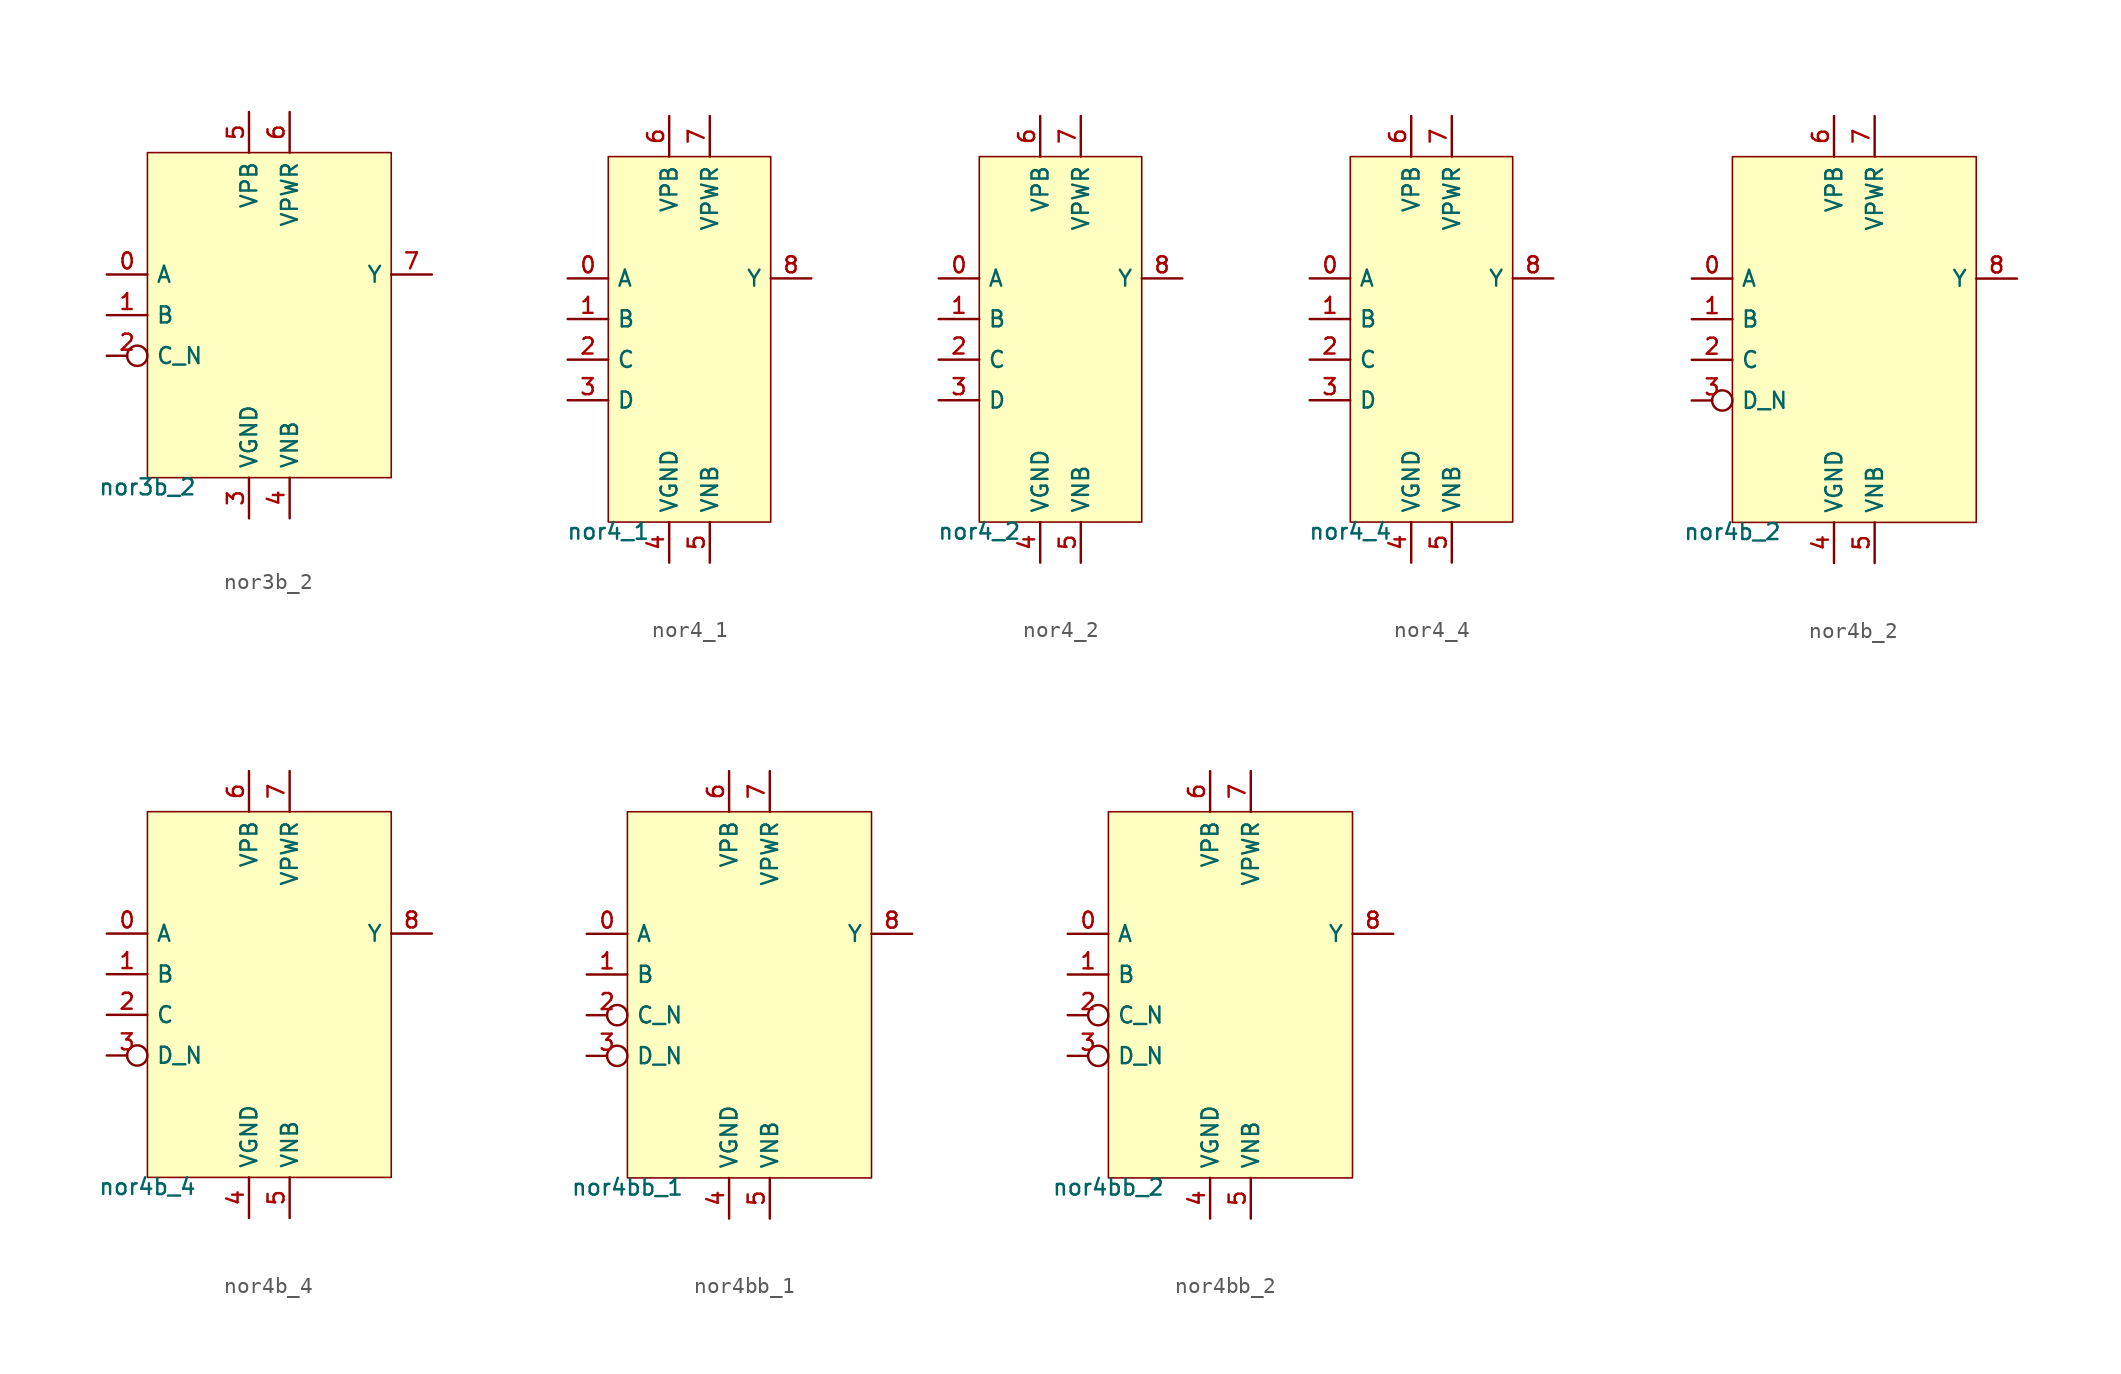
<source format=kicad_sym>
(kicad_symbol_lib
  (version 20211014)
  (generator pdk2kicad)
  (symbol "nor3b_2"
    (property "Reference" "X"
      (at 0 0 0)
      (effects (font (size 1 1)) hide))
    (property "Value" "nor3b_2"
      (at -7.62 -10.16 0)
      (effects (font (size 1 1)) (justify top)))
    (rectangle
      (start -7.62 -10.16)
      (end 7.62 10.16)
      (stroke (width 0.1) (type solid) (color 0 0 0 0))
      (fill (type background)))
    (pin input line
      (at -10.16 2.54 0)
      (length 2.54)
      (name "A" (effects (font (size 1 1)) hide))
      (number "0" (effects (font (size 1 1)) hide)))
    (pin input line
      (at -10.16 0.0 0)
      (length 2.54)
      (name "B" (effects (font (size 1 1)) hide))
      (number "1" (effects (font (size 1 1)) hide)))
    (pin input inverted
      (at -10.16 -2.54 0)
      (length 2.54)
      (name "C_N" (effects (font (size 1 1)) hide))
      (number "2" (effects (font (size 1 1)) hide)))
    (pin power_in line
      (at -1.27 -12.7 90)
      (length 2.54)
      (name "VGND" (effects (font (size 1 1)) hide))
      (number "3" (effects (font (size 1 1)) hide)))
    (pin power_in line
      (at 1.27 -12.7 90)
      (length 2.54)
      (name "VNB" (effects (font (size 1 1)) hide))
      (number "4" (effects (font (size 1 1)) hide)))
    (pin power_in line
      (at -1.27 12.7 270)
      (length 2.54)
      (name "VPB" (effects (font (size 1 1)) hide))
      (number "5" (effects (font (size 1 1)) hide)))
    (pin power_in line
      (at 1.27 12.7 270)
      (length 2.54)
      (name "VPWR" (effects (font (size 1 1)) hide))
      (number "6" (effects (font (size 1 1)) hide)))
    (pin output line
      (at 10.16 2.54 180)
      (length 2.54)
      (name "Y" (effects (font (size 1 1)) hide))
      (number "7" (effects (font (size 1 1)) hide))))
  (symbol "nor4_1"
    (property "Reference" "X"
      (at 0 0 0)
      (effects (font (size 1 1)) hide))
    (property "Value" "nor4_1"
      (at -5.08 -11.43 0)
      (effects (font (size 1 1)) (justify top)))
    (rectangle
      (start -5.08 -11.43)
      (end 5.08 11.43)
      (stroke (width 0.1) (type solid) (color 0 0 0 0))
      (fill (type background)))
    (pin input line
      (at -7.62 3.81 0)
      (length 2.54)
      (name "A" (effects (font (size 1 1)) hide))
      (number "0" (effects (font (size 1 1)) hide)))
    (pin input line
      (at -7.62 1.27 0)
      (length 2.54)
      (name "B" (effects (font (size 1 1)) hide))
      (number "1" (effects (font (size 1 1)) hide)))
    (pin input line
      (at -7.62 -1.27 0)
      (length 2.54)
      (name "C" (effects (font (size 1 1)) hide))
      (number "2" (effects (font (size 1 1)) hide)))
    (pin input line
      (at -7.62 -3.81 0)
      (length 2.54)
      (name "D" (effects (font (size 1 1)) hide))
      (number "3" (effects (font (size 1 1)) hide)))
    (pin power_in line
      (at -1.27 -13.97 90)
      (length 2.54)
      (name "VGND" (effects (font (size 1 1)) hide))
      (number "4" (effects (font (size 1 1)) hide)))
    (pin power_in line
      (at 1.27 -13.97 90)
      (length 2.54)
      (name "VNB" (effects (font (size 1 1)) hide))
      (number "5" (effects (font (size 1 1)) hide)))
    (pin power_in line
      (at -1.27 13.97 270)
      (length 2.54)
      (name "VPB" (effects (font (size 1 1)) hide))
      (number "6" (effects (font (size 1 1)) hide)))
    (pin power_in line
      (at 1.27 13.97 270)
      (length 2.54)
      (name "VPWR" (effects (font (size 1 1)) hide))
      (number "7" (effects (font (size 1 1)) hide)))
    (pin output line
      (at 7.62 3.81 180)
      (length 2.54)
      (name "Y" (effects (font (size 1 1)) hide))
      (number "8" (effects (font (size 1 1)) hide))))
  (symbol "nor4_2"
    (property "Reference" "X"
      (at 0 0 0)
      (effects (font (size 1 1)) hide))
    (property "Value" "nor4_2"
      (at -5.08 -11.43 0)
      (effects (font (size 1 1)) (justify top)))
    (rectangle
      (start -5.08 -11.43)
      (end 5.08 11.43)
      (stroke (width 0.1) (type solid) (color 0 0 0 0))
      (fill (type background)))
    (pin input line
      (at -7.62 3.81 0)
      (length 2.54)
      (name "A" (effects (font (size 1 1)) hide))
      (number "0" (effects (font (size 1 1)) hide)))
    (pin input line
      (at -7.62 1.27 0)
      (length 2.54)
      (name "B" (effects (font (size 1 1)) hide))
      (number "1" (effects (font (size 1 1)) hide)))
    (pin input line
      (at -7.62 -1.27 0)
      (length 2.54)
      (name "C" (effects (font (size 1 1)) hide))
      (number "2" (effects (font (size 1 1)) hide)))
    (pin input line
      (at -7.62 -3.81 0)
      (length 2.54)
      (name "D" (effects (font (size 1 1)) hide))
      (number "3" (effects (font (size 1 1)) hide)))
    (pin power_in line
      (at -1.27 -13.97 90)
      (length 2.54)
      (name "VGND" (effects (font (size 1 1)) hide))
      (number "4" (effects (font (size 1 1)) hide)))
    (pin power_in line
      (at 1.27 -13.97 90)
      (length 2.54)
      (name "VNB" (effects (font (size 1 1)) hide))
      (number "5" (effects (font (size 1 1)) hide)))
    (pin power_in line
      (at -1.27 13.97 270)
      (length 2.54)
      (name "VPB" (effects (font (size 1 1)) hide))
      (number "6" (effects (font (size 1 1)) hide)))
    (pin power_in line
      (at 1.27 13.97 270)
      (length 2.54)
      (name "VPWR" (effects (font (size 1 1)) hide))
      (number "7" (effects (font (size 1 1)) hide)))
    (pin output line
      (at 7.62 3.81 180)
      (length 2.54)
      (name "Y" (effects (font (size 1 1)) hide))
      (number "8" (effects (font (size 1 1)) hide))))
  (symbol "nor4_4"
    (property "Reference" "X"
      (at 0 0 0)
      (effects (font (size 1 1)) hide))
    (property "Value" "nor4_4"
      (at -5.08 -11.43 0)
      (effects (font (size 1 1)) (justify top)))
    (rectangle
      (start -5.08 -11.43)
      (end 5.08 11.43)
      (stroke (width 0.1) (type solid) (color 0 0 0 0))
      (fill (type background)))
    (pin input line
      (at -7.62 3.81 0)
      (length 2.54)
      (name "A" (effects (font (size 1 1)) hide))
      (number "0" (effects (font (size 1 1)) hide)))
    (pin input line
      (at -7.62 1.27 0)
      (length 2.54)
      (name "B" (effects (font (size 1 1)) hide))
      (number "1" (effects (font (size 1 1)) hide)))
    (pin input line
      (at -7.62 -1.27 0)
      (length 2.54)
      (name "C" (effects (font (size 1 1)) hide))
      (number "2" (effects (font (size 1 1)) hide)))
    (pin input line
      (at -7.62 -3.81 0)
      (length 2.54)
      (name "D" (effects (font (size 1 1)) hide))
      (number "3" (effects (font (size 1 1)) hide)))
    (pin power_in line
      (at -1.27 -13.97 90)
      (length 2.54)
      (name "VGND" (effects (font (size 1 1)) hide))
      (number "4" (effects (font (size 1 1)) hide)))
    (pin power_in line
      (at 1.27 -13.97 90)
      (length 2.54)
      (name "VNB" (effects (font (size 1 1)) hide))
      (number "5" (effects (font (size 1 1)) hide)))
    (pin power_in line
      (at -1.27 13.97 270)
      (length 2.54)
      (name "VPB" (effects (font (size 1 1)) hide))
      (number "6" (effects (font (size 1 1)) hide)))
    (pin power_in line
      (at 1.27 13.97 270)
      (length 2.54)
      (name "VPWR" (effects (font (size 1 1)) hide))
      (number "7" (effects (font (size 1 1)) hide)))
    (pin output line
      (at 7.62 3.81 180)
      (length 2.54)
      (name "Y" (effects (font (size 1 1)) hide))
      (number "8" (effects (font (size 1 1)) hide))))
  (symbol "nor4b_2"
    (property "Reference" "X"
      (at 0 0 0)
      (effects (font (size 1 1)) hide))
    (property "Value" "nor4b_2"
      (at -7.62 -11.43 0)
      (effects (font (size 1 1)) (justify top)))
    (rectangle
      (start -7.62 -11.43)
      (end 7.62 11.43)
      (stroke (width 0.1) (type solid) (color 0 0 0 0))
      (fill (type background)))
    (pin input line
      (at -10.16 3.81 0)
      (length 2.54)
      (name "A" (effects (font (size 1 1)) hide))
      (number "0" (effects (font (size 1 1)) hide)))
    (pin input line
      (at -10.16 1.27 0)
      (length 2.54)
      (name "B" (effects (font (size 1 1)) hide))
      (number "1" (effects (font (size 1 1)) hide)))
    (pin input line
      (at -10.16 -1.27 0)
      (length 2.54)
      (name "C" (effects (font (size 1 1)) hide))
      (number "2" (effects (font (size 1 1)) hide)))
    (pin input inverted
      (at -10.16 -3.81 0)
      (length 2.54)
      (name "D_N" (effects (font (size 1 1)) hide))
      (number "3" (effects (font (size 1 1)) hide)))
    (pin power_in line
      (at -1.27 -13.97 90)
      (length 2.54)
      (name "VGND" (effects (font (size 1 1)) hide))
      (number "4" (effects (font (size 1 1)) hide)))
    (pin power_in line
      (at 1.27 -13.97 90)
      (length 2.54)
      (name "VNB" (effects (font (size 1 1)) hide))
      (number "5" (effects (font (size 1 1)) hide)))
    (pin power_in line
      (at -1.27 13.97 270)
      (length 2.54)
      (name "VPB" (effects (font (size 1 1)) hide))
      (number "6" (effects (font (size 1 1)) hide)))
    (pin power_in line
      (at 1.27 13.97 270)
      (length 2.54)
      (name "VPWR" (effects (font (size 1 1)) hide))
      (number "7" (effects (font (size 1 1)) hide)))
    (pin output line
      (at 10.16 3.81 180)
      (length 2.54)
      (name "Y" (effects (font (size 1 1)) hide))
      (number "8" (effects (font (size 1 1)) hide))))
  (symbol "nor4b_4"
    (property "Reference" "X"
      (at 0 0 0)
      (effects (font (size 1 1)) hide))
    (property "Value" "nor4b_4"
      (at -7.62 -11.43 0)
      (effects (font (size 1 1)) (justify top)))
    (rectangle
      (start -7.62 -11.43)
      (end 7.62 11.43)
      (stroke (width 0.1) (type solid) (color 0 0 0 0))
      (fill (type background)))
    (pin input line
      (at -10.16 3.81 0)
      (length 2.54)
      (name "A" (effects (font (size 1 1)) hide))
      (number "0" (effects (font (size 1 1)) hide)))
    (pin input line
      (at -10.16 1.27 0)
      (length 2.54)
      (name "B" (effects (font (size 1 1)) hide))
      (number "1" (effects (font (size 1 1)) hide)))
    (pin input line
      (at -10.16 -1.27 0)
      (length 2.54)
      (name "C" (effects (font (size 1 1)) hide))
      (number "2" (effects (font (size 1 1)) hide)))
    (pin input inverted
      (at -10.16 -3.81 0)
      (length 2.54)
      (name "D_N" (effects (font (size 1 1)) hide))
      (number "3" (effects (font (size 1 1)) hide)))
    (pin power_in line
      (at -1.27 -13.97 90)
      (length 2.54)
      (name "VGND" (effects (font (size 1 1)) hide))
      (number "4" (effects (font (size 1 1)) hide)))
    (pin power_in line
      (at 1.27 -13.97 90)
      (length 2.54)
      (name "VNB" (effects (font (size 1 1)) hide))
      (number "5" (effects (font (size 1 1)) hide)))
    (pin power_in line
      (at -1.27 13.97 270)
      (length 2.54)
      (name "VPB" (effects (font (size 1 1)) hide))
      (number "6" (effects (font (size 1 1)) hide)))
    (pin power_in line
      (at 1.27 13.97 270)
      (length 2.54)
      (name "VPWR" (effects (font (size 1 1)) hide))
      (number "7" (effects (font (size 1 1)) hide)))
    (pin output line
      (at 10.16 3.81 180)
      (length 2.54)
      (name "Y" (effects (font (size 1 1)) hide))
      (number "8" (effects (font (size 1 1)) hide))))
  (symbol "nor4bb_1"
    (property "Reference" "X"
      (at 0 0 0)
      (effects (font (size 1 1)) hide))
    (property "Value" "nor4bb_1"
      (at -7.62 -11.43 0)
      (effects (font (size 1 1)) (justify top)))
    (rectangle
      (start -7.62 -11.43)
      (end 7.62 11.43)
      (stroke (width 0.1) (type solid) (color 0 0 0 0))
      (fill (type background)))
    (pin input line
      (at -10.16 3.81 0)
      (length 2.54)
      (name "A" (effects (font (size 1 1)) hide))
      (number "0" (effects (font (size 1 1)) hide)))
    (pin input line
      (at -10.16 1.27 0)
      (length 2.54)
      (name "B" (effects (font (size 1 1)) hide))
      (number "1" (effects (font (size 1 1)) hide)))
    (pin input inverted
      (at -10.16 -1.27 0)
      (length 2.54)
      (name "C_N" (effects (font (size 1 1)) hide))
      (number "2" (effects (font (size 1 1)) hide)))
    (pin input inverted
      (at -10.16 -3.81 0)
      (length 2.54)
      (name "D_N" (effects (font (size 1 1)) hide))
      (number "3" (effects (font (size 1 1)) hide)))
    (pin power_in line
      (at -1.27 -13.97 90)
      (length 2.54)
      (name "VGND" (effects (font (size 1 1)) hide))
      (number "4" (effects (font (size 1 1)) hide)))
    (pin power_in line
      (at 1.27 -13.97 90)
      (length 2.54)
      (name "VNB" (effects (font (size 1 1)) hide))
      (number "5" (effects (font (size 1 1)) hide)))
    (pin power_in line
      (at -1.27 13.97 270)
      (length 2.54)
      (name "VPB" (effects (font (size 1 1)) hide))
      (number "6" (effects (font (size 1 1)) hide)))
    (pin power_in line
      (at 1.27 13.97 270)
      (length 2.54)
      (name "VPWR" (effects (font (size 1 1)) hide))
      (number "7" (effects (font (size 1 1)) hide)))
    (pin output line
      (at 10.16 3.81 180)
      (length 2.54)
      (name "Y" (effects (font (size 1 1)) hide))
      (number "8" (effects (font (size 1 1)) hide))))
  (symbol "nor4bb_2"
    (property "Reference" "X"
      (at 0 0 0)
      (effects (font (size 1 1)) hide))
    (property "Value" "nor4bb_2"
      (at -7.62 -11.43 0)
      (effects (font (size 1 1)) (justify top)))
    (rectangle
      (start -7.62 -11.43)
      (end 7.62 11.43)
      (stroke (width 0.1) (type solid) (color 0 0 0 0))
      (fill (type background)))
    (pin input line
      (at -10.16 3.81 0)
      (length 2.54)
      (name "A" (effects (font (size 1 1)) hide))
      (number "0" (effects (font (size 1 1)) hide)))
    (pin input line
      (at -10.16 1.27 0)
      (length 2.54)
      (name "B" (effects (font (size 1 1)) hide))
      (number "1" (effects (font (size 1 1)) hide)))
    (pin input inverted
      (at -10.16 -1.27 0)
      (length 2.54)
      (name "C_N" (effects (font (size 1 1)) hide))
      (number "2" (effects (font (size 1 1)) hide)))
    (pin input inverted
      (at -10.16 -3.81 0)
      (length 2.54)
      (name "D_N" (effects (font (size 1 1)) hide))
      (number "3" (effects (font (size 1 1)) hide)))
    (pin power_in line
      (at -1.27 -13.97 90)
      (length 2.54)
      (name "VGND" (effects (font (size 1 1)) hide))
      (number "4" (effects (font (size 1 1)) hide)))
    (pin power_in line
      (at 1.27 -13.97 90)
      (length 2.54)
      (name "VNB" (effects (font (size 1 1)) hide))
      (number "5" (effects (font (size 1 1)) hide)))
    (pin power_in line
      (at -1.27 13.97 270)
      (length 2.54)
      (name "VPB" (effects (font (size 1 1)) hide))
      (number "6" (effects (font (size 1 1)) hide)))
    (pin power_in line
      (at 1.27 13.97 270)
      (length 2.54)
      (name "VPWR" (effects (font (size 1 1)) hide))
      (number "7" (effects (font (size 1 1)) hide)))
    (pin output line
      (at 10.16 3.81 180)
      (length 2.54)
      (name "Y" (effects (font (size 1 1)) hide))
      (number "8" (effects (font (size 1 1)) hide)))))
</source>
